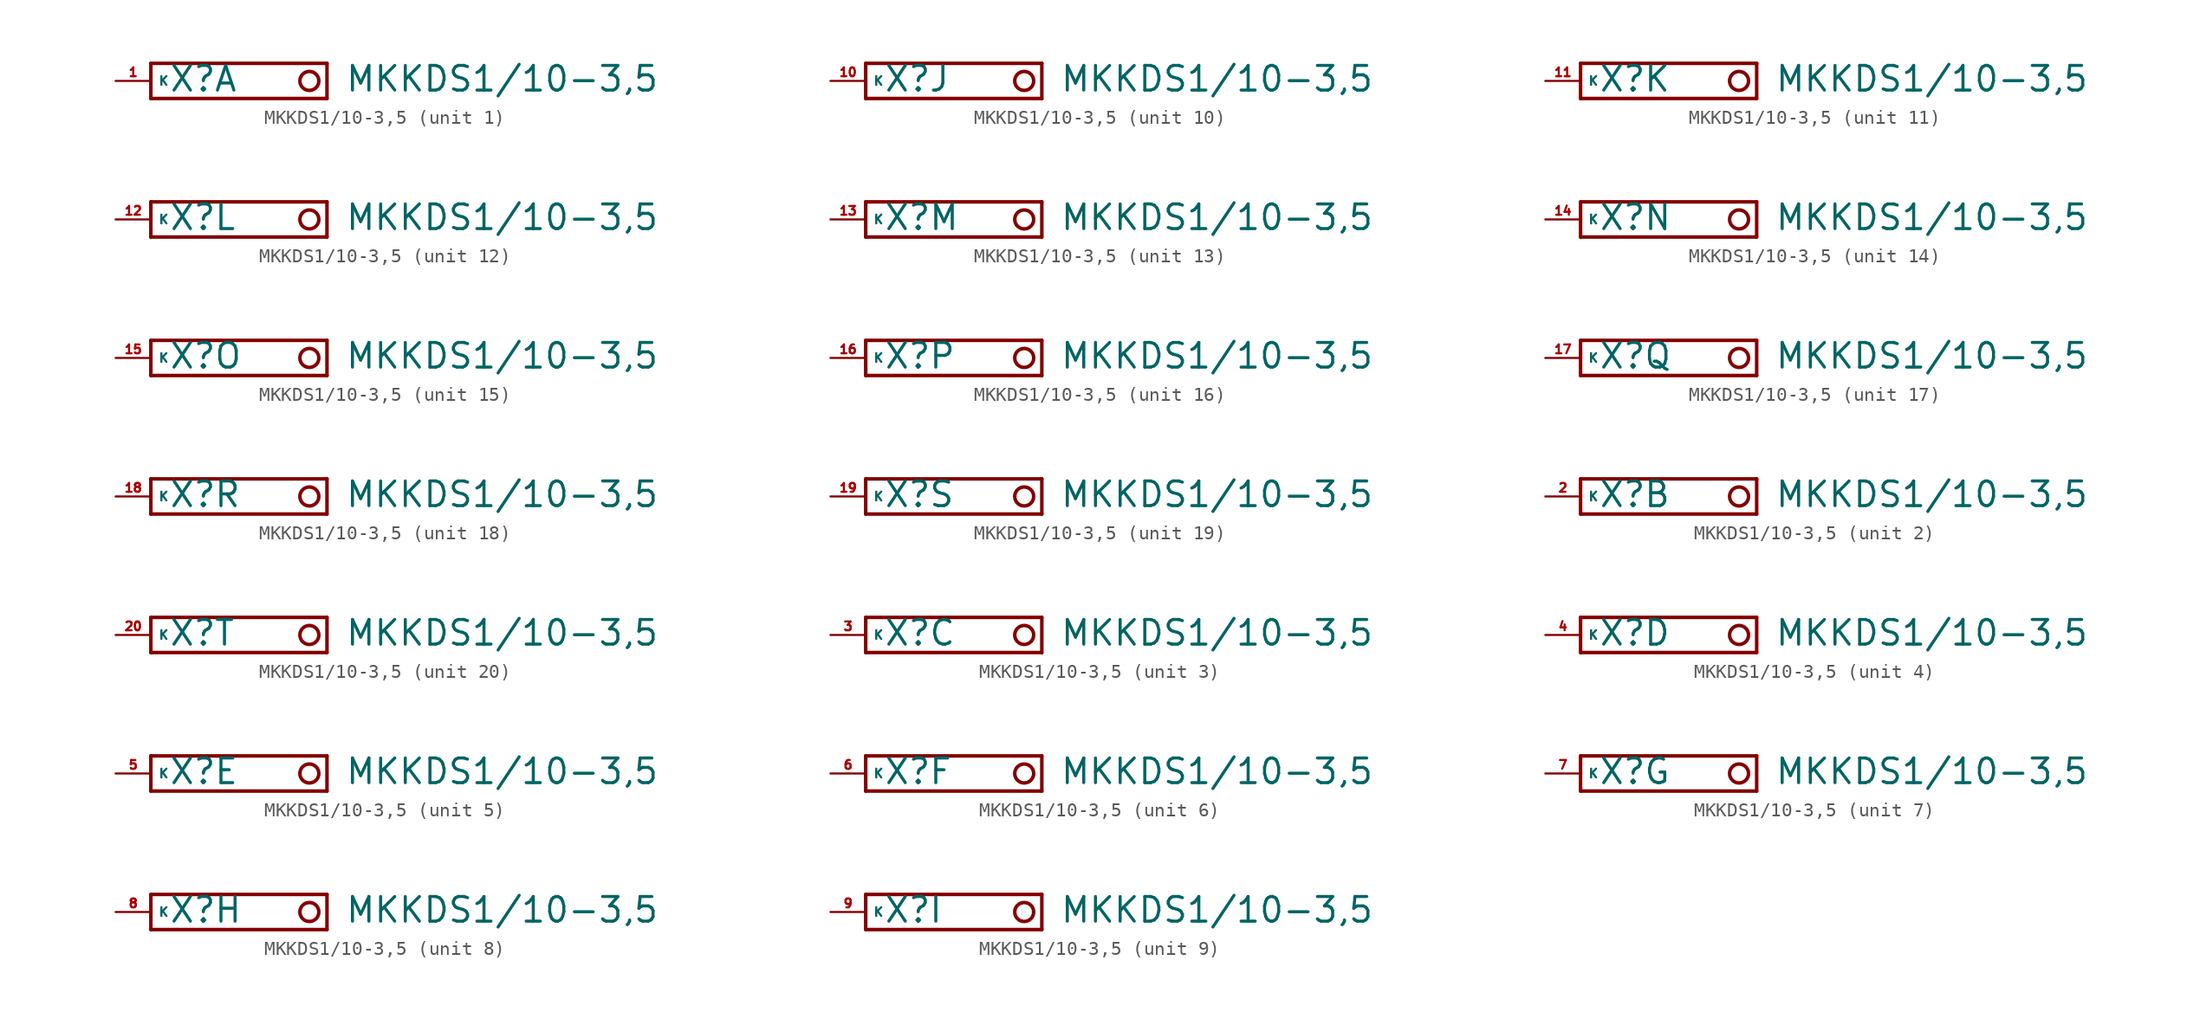
<source format=kicad_sym>
(kicad_symbol_lib
  (version 20220914)
  (generator Eagle2Kicad)
  (symbol "MKKDS1/10-3,5"
    (property "Reference" "X"
      (at 1.27 -0.889 0)
      (effects (font (size 1.778 1.778) (thickness 0.22)) (justify left bottom)))
    (property "Value" "MKKDS1/10-3,5"
      (at 13.97 -0.889 0)
      (effects (font (size 1.778 1.778) (thickness 0.22)) (justify left bottom)))
    (symbol "MKKDS1/10-3,5_1_0"
      (polyline (pts (xy 0 -1.27) (xy 0 1.27)) (stroke (width 0.254) (type default)) (fill (type none)))
      (polyline (pts (xy 12.7 -1.27) (xy 0 -1.27)) (stroke (width 0.254) (type default)) (fill (type none)))
      (polyline (pts (xy 12.7 -1.27) (xy 12.7 1.27)) (stroke (width 0.254) (type default)) (fill (type none)))
      (polyline (pts (xy 0 1.27) (xy 12.7 1.27)) (stroke (width 0.254) (type default)) (fill (type none)))
      (circle (center 11.43 0) (radius 0.684) (stroke (width 0.254) (type default)) (fill (type none)))
      (pin passive line (at -2.54 0 0) (length 2.54) (name "K" (effects (font (size 0.635 0.635) (thickness 0.08)) (justify left bottom))) (number "1" (effects (font (size 0.635 0.635) (thickness 0.08)) (justify left bottom)))))
    (symbol "MKKDS1/10-3,5_2_0"
      (polyline (pts (xy 0 -1.27) (xy 0 1.27)) (stroke (width 0.254) (type default)) (fill (type none)))
      (polyline (pts (xy 12.7 -1.27) (xy 0 -1.27)) (stroke (width 0.254) (type default)) (fill (type none)))
      (polyline (pts (xy 12.7 -1.27) (xy 12.7 1.27)) (stroke (width 0.254) (type default)) (fill (type none)))
      (polyline (pts (xy 0 1.27) (xy 12.7 1.27)) (stroke (width 0.254) (type default)) (fill (type none)))
      (circle (center 11.43 0) (radius 0.684) (stroke (width 0.254) (type default)) (fill (type none)))
      (pin passive line (at -2.54 0 0) (length 2.54) (name "K" (effects (font (size 0.635 0.635) (thickness 0.08)) (justify left bottom))) (number "2" (effects (font (size 0.635 0.635) (thickness 0.08)) (justify left bottom)))))
    (symbol "MKKDS1/10-3,5_3_0"
      (polyline (pts (xy 0 -1.27) (xy 0 1.27)) (stroke (width 0.254) (type default)) (fill (type none)))
      (polyline (pts (xy 12.7 -1.27) (xy 0 -1.27)) (stroke (width 0.254) (type default)) (fill (type none)))
      (polyline (pts (xy 12.7 -1.27) (xy 12.7 1.27)) (stroke (width 0.254) (type default)) (fill (type none)))
      (polyline (pts (xy 0 1.27) (xy 12.7 1.27)) (stroke (width 0.254) (type default)) (fill (type none)))
      (circle (center 11.43 0) (radius 0.684) (stroke (width 0.254) (type default)) (fill (type none)))
      (pin passive line (at -2.54 0 0) (length 2.54) (name "K" (effects (font (size 0.635 0.635) (thickness 0.08)) (justify left bottom))) (number "3" (effects (font (size 0.635 0.635) (thickness 0.08)) (justify left bottom)))))
    (symbol "MKKDS1/10-3,5_4_0"
      (polyline (pts (xy 0 -1.27) (xy 0 1.27)) (stroke (width 0.254) (type default)) (fill (type none)))
      (polyline (pts (xy 12.7 -1.27) (xy 0 -1.27)) (stroke (width 0.254) (type default)) (fill (type none)))
      (polyline (pts (xy 12.7 -1.27) (xy 12.7 1.27)) (stroke (width 0.254) (type default)) (fill (type none)))
      (polyline (pts (xy 0 1.27) (xy 12.7 1.27)) (stroke (width 0.254) (type default)) (fill (type none)))
      (circle (center 11.43 0) (radius 0.684) (stroke (width 0.254) (type default)) (fill (type none)))
      (pin passive line (at -2.54 0 0) (length 2.54) (name "K" (effects (font (size 0.635 0.635) (thickness 0.08)) (justify left bottom))) (number "4" (effects (font (size 0.635 0.635) (thickness 0.08)) (justify left bottom)))))
    (symbol "MKKDS1/10-3,5_5_0"
      (polyline (pts (xy 0 -1.27) (xy 0 1.27)) (stroke (width 0.254) (type default)) (fill (type none)))
      (polyline (pts (xy 12.7 -1.27) (xy 0 -1.27)) (stroke (width 0.254) (type default)) (fill (type none)))
      (polyline (pts (xy 12.7 -1.27) (xy 12.7 1.27)) (stroke (width 0.254) (type default)) (fill (type none)))
      (polyline (pts (xy 0 1.27) (xy 12.7 1.27)) (stroke (width 0.254) (type default)) (fill (type none)))
      (circle (center 11.43 0) (radius 0.684) (stroke (width 0.254) (type default)) (fill (type none)))
      (pin passive line (at -2.54 0 0) (length 2.54) (name "K" (effects (font (size 0.635 0.635) (thickness 0.08)) (justify left bottom))) (number "5" (effects (font (size 0.635 0.635) (thickness 0.08)) (justify left bottom)))))
    (symbol "MKKDS1/10-3,5_6_0"
      (polyline (pts (xy 0 -1.27) (xy 0 1.27)) (stroke (width 0.254) (type default)) (fill (type none)))
      (polyline (pts (xy 12.7 -1.27) (xy 0 -1.27)) (stroke (width 0.254) (type default)) (fill (type none)))
      (polyline (pts (xy 12.7 -1.27) (xy 12.7 1.27)) (stroke (width 0.254) (type default)) (fill (type none)))
      (polyline (pts (xy 0 1.27) (xy 12.7 1.27)) (stroke (width 0.254) (type default)) (fill (type none)))
      (circle (center 11.43 0) (radius 0.684) (stroke (width 0.254) (type default)) (fill (type none)))
      (pin passive line (at -2.54 0 0) (length 2.54) (name "K" (effects (font (size 0.635 0.635) (thickness 0.08)) (justify left bottom))) (number "6" (effects (font (size 0.635 0.635) (thickness 0.08)) (justify left bottom)))))
    (symbol "MKKDS1/10-3,5_7_0"
      (polyline (pts (xy 0 -1.27) (xy 0 1.27)) (stroke (width 0.254) (type default)) (fill (type none)))
      (polyline (pts (xy 12.7 -1.27) (xy 0 -1.27)) (stroke (width 0.254) (type default)) (fill (type none)))
      (polyline (pts (xy 12.7 -1.27) (xy 12.7 1.27)) (stroke (width 0.254) (type default)) (fill (type none)))
      (polyline (pts (xy 0 1.27) (xy 12.7 1.27)) (stroke (width 0.254) (type default)) (fill (type none)))
      (circle (center 11.43 0) (radius 0.684) (stroke (width 0.254) (type default)) (fill (type none)))
      (pin passive line (at -2.54 0 0) (length 2.54) (name "K" (effects (font (size 0.635 0.635) (thickness 0.08)) (justify left bottom))) (number "7" (effects (font (size 0.635 0.635) (thickness 0.08)) (justify left bottom)))))
    (symbol "MKKDS1/10-3,5_8_0"
      (polyline (pts (xy 0 -1.27) (xy 0 1.27)) (stroke (width 0.254) (type default)) (fill (type none)))
      (polyline (pts (xy 12.7 -1.27) (xy 0 -1.27)) (stroke (width 0.254) (type default)) (fill (type none)))
      (polyline (pts (xy 12.7 -1.27) (xy 12.7 1.27)) (stroke (width 0.254) (type default)) (fill (type none)))
      (polyline (pts (xy 0 1.27) (xy 12.7 1.27)) (stroke (width 0.254) (type default)) (fill (type none)))
      (circle (center 11.43 0) (radius 0.684) (stroke (width 0.254) (type default)) (fill (type none)))
      (pin passive line (at -2.54 0 0) (length 2.54) (name "K" (effects (font (size 0.635 0.635) (thickness 0.08)) (justify left bottom))) (number "8" (effects (font (size 0.635 0.635) (thickness 0.08)) (justify left bottom)))))
    (symbol "MKKDS1/10-3,5_9_0"
      (polyline (pts (xy 0 -1.27) (xy 0 1.27)) (stroke (width 0.254) (type default)) (fill (type none)))
      (polyline (pts (xy 12.7 -1.27) (xy 0 -1.27)) (stroke (width 0.254) (type default)) (fill (type none)))
      (polyline (pts (xy 12.7 -1.27) (xy 12.7 1.27)) (stroke (width 0.254) (type default)) (fill (type none)))
      (polyline (pts (xy 0 1.27) (xy 12.7 1.27)) (stroke (width 0.254) (type default)) (fill (type none)))
      (circle (center 11.43 0) (radius 0.684) (stroke (width 0.254) (type default)) (fill (type none)))
      (pin passive line (at -2.54 0 0) (length 2.54) (name "K" (effects (font (size 0.635 0.635) (thickness 0.08)) (justify left bottom))) (number "9" (effects (font (size 0.635 0.635) (thickness 0.08)) (justify left bottom)))))
    (symbol "MKKDS1/10-3,5_10_0"
      (polyline (pts (xy 0 -1.27) (xy 0 1.27)) (stroke (width 0.254) (type default)) (fill (type none)))
      (polyline (pts (xy 12.7 -1.27) (xy 0 -1.27)) (stroke (width 0.254) (type default)) (fill (type none)))
      (polyline (pts (xy 12.7 -1.27) (xy 12.7 1.27)) (stroke (width 0.254) (type default)) (fill (type none)))
      (polyline (pts (xy 0 1.27) (xy 12.7 1.27)) (stroke (width 0.254) (type default)) (fill (type none)))
      (circle (center 11.43 0) (radius 0.684) (stroke (width 0.254) (type default)) (fill (type none)))
      (pin passive line (at -2.54 0 0) (length 2.54) (name "K" (effects (font (size 0.635 0.635) (thickness 0.08)) (justify left bottom))) (number "10" (effects (font (size 0.635 0.635) (thickness 0.08)) (justify left bottom)))))
    (symbol "MKKDS1/10-3,5_11_0"
      (polyline (pts (xy 0 -1.27) (xy 0 1.27)) (stroke (width 0.254) (type default)) (fill (type none)))
      (polyline (pts (xy 12.7 -1.27) (xy 0 -1.27)) (stroke (width 0.254) (type default)) (fill (type none)))
      (polyline (pts (xy 12.7 -1.27) (xy 12.7 1.27)) (stroke (width 0.254) (type default)) (fill (type none)))
      (polyline (pts (xy 0 1.27) (xy 12.7 1.27)) (stroke (width 0.254) (type default)) (fill (type none)))
      (circle (center 11.43 0) (radius 0.684) (stroke (width 0.254) (type default)) (fill (type none)))
      (pin passive line (at -2.54 0 0) (length 2.54) (name "K" (effects (font (size 0.635 0.635) (thickness 0.08)) (justify left bottom))) (number "11" (effects (font (size 0.635 0.635) (thickness 0.08)) (justify left bottom)))))
    (symbol "MKKDS1/10-3,5_12_0"
      (polyline (pts (xy 0 -1.27) (xy 0 1.27)) (stroke (width 0.254) (type default)) (fill (type none)))
      (polyline (pts (xy 12.7 -1.27) (xy 0 -1.27)) (stroke (width 0.254) (type default)) (fill (type none)))
      (polyline (pts (xy 12.7 -1.27) (xy 12.7 1.27)) (stroke (width 0.254) (type default)) (fill (type none)))
      (polyline (pts (xy 0 1.27) (xy 12.7 1.27)) (stroke (width 0.254) (type default)) (fill (type none)))
      (circle (center 11.43 0) (radius 0.684) (stroke (width 0.254) (type default)) (fill (type none)))
      (pin passive line (at -2.54 0 0) (length 2.54) (name "K" (effects (font (size 0.635 0.635) (thickness 0.08)) (justify left bottom))) (number "12" (effects (font (size 0.635 0.635) (thickness 0.08)) (justify left bottom)))))
    (symbol "MKKDS1/10-3,5_13_0"
      (polyline (pts (xy 0 -1.27) (xy 0 1.27)) (stroke (width 0.254) (type default)) (fill (type none)))
      (polyline (pts (xy 12.7 -1.27) (xy 0 -1.27)) (stroke (width 0.254) (type default)) (fill (type none)))
      (polyline (pts (xy 12.7 -1.27) (xy 12.7 1.27)) (stroke (width 0.254) (type default)) (fill (type none)))
      (polyline (pts (xy 0 1.27) (xy 12.7 1.27)) (stroke (width 0.254) (type default)) (fill (type none)))
      (circle (center 11.43 0) (radius 0.684) (stroke (width 0.254) (type default)) (fill (type none)))
      (pin passive line (at -2.54 0 0) (length 2.54) (name "K" (effects (font (size 0.635 0.635) (thickness 0.08)) (justify left bottom))) (number "13" (effects (font (size 0.635 0.635) (thickness 0.08)) (justify left bottom)))))
    (symbol "MKKDS1/10-3,5_14_0"
      (polyline (pts (xy 0 -1.27) (xy 0 1.27)) (stroke (width 0.254) (type default)) (fill (type none)))
      (polyline (pts (xy 12.7 -1.27) (xy 0 -1.27)) (stroke (width 0.254) (type default)) (fill (type none)))
      (polyline (pts (xy 12.7 -1.27) (xy 12.7 1.27)) (stroke (width 0.254) (type default)) (fill (type none)))
      (polyline (pts (xy 0 1.27) (xy 12.7 1.27)) (stroke (width 0.254) (type default)) (fill (type none)))
      (circle (center 11.43 0) (radius 0.684) (stroke (width 0.254) (type default)) (fill (type none)))
      (pin passive line (at -2.54 0 0) (length 2.54) (name "K" (effects (font (size 0.635 0.635) (thickness 0.08)) (justify left bottom))) (number "14" (effects (font (size 0.635 0.635) (thickness 0.08)) (justify left bottom)))))
    (symbol "MKKDS1/10-3,5_15_0"
      (polyline (pts (xy 0 -1.27) (xy 0 1.27)) (stroke (width 0.254) (type default)) (fill (type none)))
      (polyline (pts (xy 12.7 -1.27) (xy 0 -1.27)) (stroke (width 0.254) (type default)) (fill (type none)))
      (polyline (pts (xy 12.7 -1.27) (xy 12.7 1.27)) (stroke (width 0.254) (type default)) (fill (type none)))
      (polyline (pts (xy 0 1.27) (xy 12.7 1.27)) (stroke (width 0.254) (type default)) (fill (type none)))
      (circle (center 11.43 0) (radius 0.684) (stroke (width 0.254) (type default)) (fill (type none)))
      (pin passive line (at -2.54 0 0) (length 2.54) (name "K" (effects (font (size 0.635 0.635) (thickness 0.08)) (justify left bottom))) (number "15" (effects (font (size 0.635 0.635) (thickness 0.08)) (justify left bottom)))))
    (symbol "MKKDS1/10-3,5_16_0"
      (polyline (pts (xy 0 -1.27) (xy 0 1.27)) (stroke (width 0.254) (type default)) (fill (type none)))
      (polyline (pts (xy 12.7 -1.27) (xy 0 -1.27)) (stroke (width 0.254) (type default)) (fill (type none)))
      (polyline (pts (xy 12.7 -1.27) (xy 12.7 1.27)) (stroke (width 0.254) (type default)) (fill (type none)))
      (polyline (pts (xy 0 1.27) (xy 12.7 1.27)) (stroke (width 0.254) (type default)) (fill (type none)))
      (circle (center 11.43 0) (radius 0.684) (stroke (width 0.254) (type default)) (fill (type none)))
      (pin passive line (at -2.54 0 0) (length 2.54) (name "K" (effects (font (size 0.635 0.635) (thickness 0.08)) (justify left bottom))) (number "16" (effects (font (size 0.635 0.635) (thickness 0.08)) (justify left bottom)))))
    (symbol "MKKDS1/10-3,5_17_0"
      (polyline (pts (xy 0 -1.27) (xy 0 1.27)) (stroke (width 0.254) (type default)) (fill (type none)))
      (polyline (pts (xy 12.7 -1.27) (xy 0 -1.27)) (stroke (width 0.254) (type default)) (fill (type none)))
      (polyline (pts (xy 12.7 -1.27) (xy 12.7 1.27)) (stroke (width 0.254) (type default)) (fill (type none)))
      (polyline (pts (xy 0 1.27) (xy 12.7 1.27)) (stroke (width 0.254) (type default)) (fill (type none)))
      (circle (center 11.43 0) (radius 0.684) (stroke (width 0.254) (type default)) (fill (type none)))
      (pin passive line (at -2.54 0 0) (length 2.54) (name "K" (effects (font (size 0.635 0.635) (thickness 0.08)) (justify left bottom))) (number "17" (effects (font (size 0.635 0.635) (thickness 0.08)) (justify left bottom)))))
    (symbol "MKKDS1/10-3,5_18_0"
      (polyline (pts (xy 0 -1.27) (xy 0 1.27)) (stroke (width 0.254) (type default)) (fill (type none)))
      (polyline (pts (xy 12.7 -1.27) (xy 0 -1.27)) (stroke (width 0.254) (type default)) (fill (type none)))
      (polyline (pts (xy 12.7 -1.27) (xy 12.7 1.27)) (stroke (width 0.254) (type default)) (fill (type none)))
      (polyline (pts (xy 0 1.27) (xy 12.7 1.27)) (stroke (width 0.254) (type default)) (fill (type none)))
      (circle (center 11.43 0) (radius 0.684) (stroke (width 0.254) (type default)) (fill (type none)))
      (pin passive line (at -2.54 0 0) (length 2.54) (name "K" (effects (font (size 0.635 0.635) (thickness 0.08)) (justify left bottom))) (number "18" (effects (font (size 0.635 0.635) (thickness 0.08)) (justify left bottom)))))
    (symbol "MKKDS1/10-3,5_19_0"
      (polyline (pts (xy 0 -1.27) (xy 0 1.27)) (stroke (width 0.254) (type default)) (fill (type none)))
      (polyline (pts (xy 12.7 -1.27) (xy 0 -1.27)) (stroke (width 0.254) (type default)) (fill (type none)))
      (polyline (pts (xy 12.7 -1.27) (xy 12.7 1.27)) (stroke (width 0.254) (type default)) (fill (type none)))
      (polyline (pts (xy 0 1.27) (xy 12.7 1.27)) (stroke (width 0.254) (type default)) (fill (type none)))
      (circle (center 11.43 0) (radius 0.684) (stroke (width 0.254) (type default)) (fill (type none)))
      (pin passive line (at -2.54 0 0) (length 2.54) (name "K" (effects (font (size 0.635 0.635) (thickness 0.08)) (justify left bottom))) (number "19" (effects (font (size 0.635 0.635) (thickness 0.08)) (justify left bottom)))))
    (symbol "MKKDS1/10-3,5_20_0"
      (polyline (pts (xy 0 -1.27) (xy 0 1.27)) (stroke (width 0.254) (type default)) (fill (type none)))
      (polyline (pts (xy 12.7 -1.27) (xy 0 -1.27)) (stroke (width 0.254) (type default)) (fill (type none)))
      (polyline (pts (xy 12.7 -1.27) (xy 12.7 1.27)) (stroke (width 0.254) (type default)) (fill (type none)))
      (polyline (pts (xy 0 1.27) (xy 12.7 1.27)) (stroke (width 0.254) (type default)) (fill (type none)))
      (circle (center 11.43 0) (radius 0.684) (stroke (width 0.254) (type default)) (fill (type none)))
      (pin passive line (at -2.54 0 0) (length 2.54) (name "K" (effects (font (size 0.635 0.635) (thickness 0.08)) (justify left bottom))) (number "20" (effects (font (size 0.635 0.635) (thickness 0.08)) (justify left bottom)))))))
</source>
